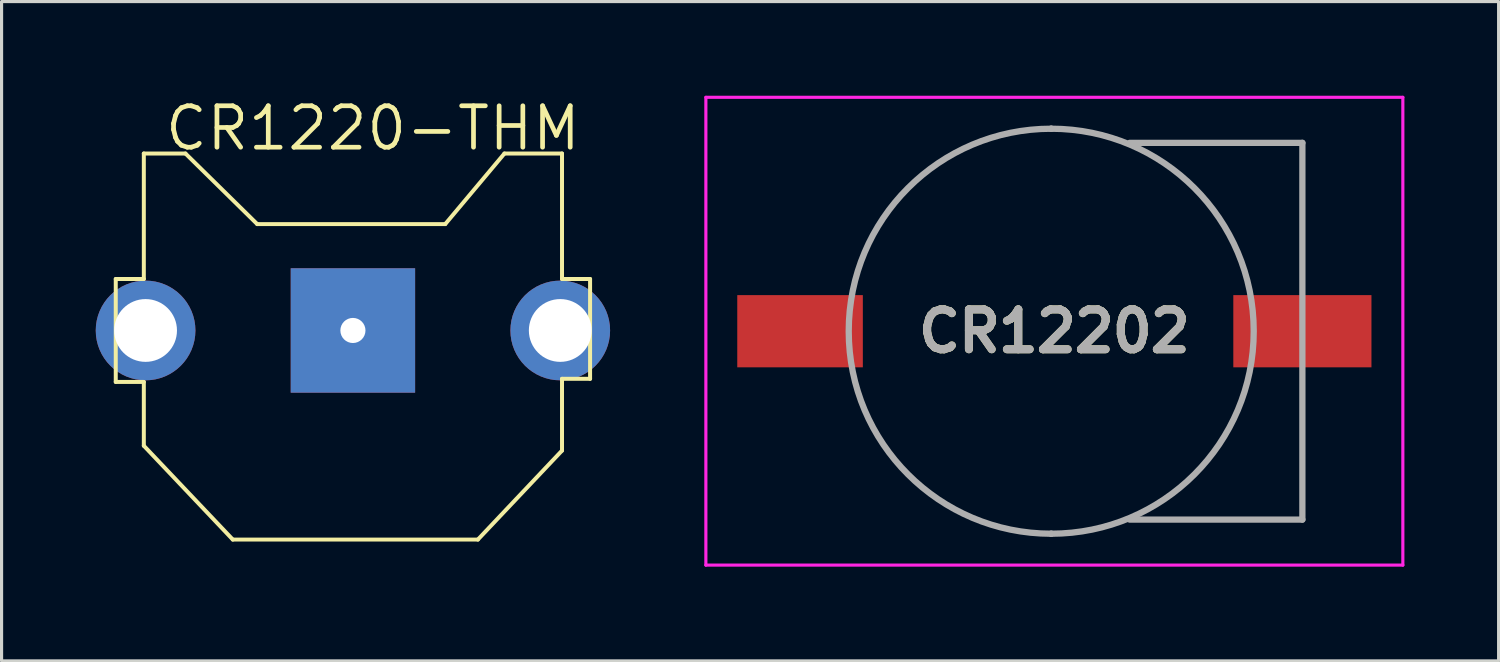
<source format=kicad_pcb>
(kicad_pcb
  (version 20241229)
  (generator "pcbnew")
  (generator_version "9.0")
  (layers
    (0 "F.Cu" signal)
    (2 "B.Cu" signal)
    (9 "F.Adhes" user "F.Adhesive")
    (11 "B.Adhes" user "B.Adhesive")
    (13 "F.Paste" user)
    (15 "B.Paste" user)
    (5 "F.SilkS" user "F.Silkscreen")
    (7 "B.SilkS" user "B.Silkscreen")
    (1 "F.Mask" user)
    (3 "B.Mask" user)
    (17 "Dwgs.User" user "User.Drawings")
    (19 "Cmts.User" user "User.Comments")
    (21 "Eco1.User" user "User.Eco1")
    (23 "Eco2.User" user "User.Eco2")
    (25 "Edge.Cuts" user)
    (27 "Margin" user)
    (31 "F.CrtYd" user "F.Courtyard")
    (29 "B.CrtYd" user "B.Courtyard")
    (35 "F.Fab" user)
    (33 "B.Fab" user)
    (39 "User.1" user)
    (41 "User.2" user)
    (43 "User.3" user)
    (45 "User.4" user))
  (footprint "CR12202"
    (layer "F.Cu")
    (at 30.433 7.5)
    (property "Reference" "CR12202" (at 0.1 0 0) (layer "F.SilkS") (effects (font (size 1.27 1.27) (thickness 0.254))))
    (attr through_hole)
    (fp_line (start 3.5 6) (end 8 6) (stroke (width 0.1) (type solid)) (layer "F.SilkS"))
    (fp_line (start 3.9 -6) (end 8 -6) (stroke (width 0.1) (type solid)) (layer "F.SilkS"))
    (fp_line (start 8 -6) (end 8 -2) (stroke (width 0.1) (type solid)) (layer "F.SilkS"))
    (fp_line (start 8 6) (end 8 2) (stroke (width 0.1) (type solid)) (layer "F.SilkS"))
    (fp_line (start -11 -7.45) (end 11.2 -7.45) (stroke (width 0.1) (type solid)) (layer "F.CrtYd"))
    (fp_line (start -11 7.45) (end -11 -7.45) (stroke (width 0.1) (type solid)) (layer "F.CrtYd"))
    (fp_line (start 11.2 -7.45) (end 11.2 7.45) (stroke (width 0.1) (type solid)) (layer "F.CrtYd"))
    (fp_line (start 11.2 7.45) (end -11 7.45) (stroke (width 0.1) (type solid)) (layer "F.CrtYd"))
    (fp_line (start 0 -6.45) (end 0 -6.45) (stroke (width 0.2) (type solid)) (layer "F.Fab"))
    (fp_line (start 0 6.45) (end 0 6.45) (stroke (width 0.2) (type solid)) (layer "F.Fab"))
    (fp_line (start 2.5 6) (end 8 6) (stroke (width 0.2) (type solid)) (layer "F.Fab"))
    (fp_line (start 8 -6) (end 2.5 -6) (stroke (width 0.2) (type solid)) (layer "F.Fab"))
    (fp_line (start 8 6) (end 8 -6) (stroke (width 0.2) (type solid)) (layer "F.Fab"))
    (fp_arc (start 0 -6.45) (mid 6.45 0) (end 0 6.45) (stroke (width 0.2) (type solid)) (layer "F.Fab"))
    (fp_arc (start 0 6.45) (mid -6.45 0) (end 0 -6.45) (stroke (width 0.2) (type solid)) (layer "F.Fab"))
    (fp_text user "${REFERENCE}" (at 0.1 0 0) (layer "F.Fab") (effects (font (size 1.27 1.27) (thickness 0.254))))
    (pad "" np_thru_hole circle (at -3.6 0) (size 0.001 0.001) (drill 1.2) (layers "*.Cu" "*.Mask"))
    (pad "" np_thru_hole circle (at 3.9 0) (size 0.001 0.001) (drill 1.2) (layers "*.Cu" "*.Mask"))
    (pad "1" smd rect (at -8 0 90) (size 2.3 4) (layers "F.Cu" "F.Mask" "F.Paste"))
    (pad "2" smd rect (at 8 0 90) (size 2.3 4.4) (layers "F.Cu" "F.Mask" "F.Paste")))
  (footprint "CR1220-THM"
    (layer "F.Cu")
    (at 8.191 7.476)
    (property "Reference" "CR1220-THM" (at 0.635 -6.44 0) (layer "F.SilkS") (effects (font (size 1.32 1.32) (thickness 0.15))))
    (attr through_hole)
    (fp_line (start -7.554 -1.64) (end -7.554 1.64) (stroke (width 0.127) (type solid)) (layer "F.SilkS"))
    (fp_line (start -7.554 1.64) (end -6.66 1.64) (stroke (width 0.127) (type solid)) (layer "F.SilkS"))
    (fp_line (start -6.66 -5.636) (end -6.66 -1.64) (stroke (width 0.127) (type solid)) (layer "F.SilkS"))
    (fp_line (start -6.66 -1.64) (end -7.554 -1.64) (stroke (width 0.127) (type solid)) (layer "F.SilkS"))
    (fp_line (start -6.66 1.64) (end -6.66 3.672) (stroke (width 0.127) (type solid)) (layer "F.SilkS"))
    (fp_line (start -6.66 3.672) (end -3.826 6.66) (stroke (width 0.127) (type solid)) (layer "F.SilkS"))
    (fp_line (start -5.334 -5.636) (end -6.66 -5.636) (stroke (width 0.127) (type solid)) (layer "F.SilkS"))
    (fp_line (start -3.826 6.66) (end 3.98 6.66) (stroke (width 0.127) (type solid)) (layer "F.SilkS"))
    (fp_line (start -3.048 -3.388) (end -5.334 -5.636) (stroke (width 0.127) (type solid)) (layer "F.SilkS"))
    (fp_line (start 2.94 -3.388) (end -3.048 -3.388) (stroke (width 0.127) (type solid)) (layer "F.SilkS"))
    (fp_line (start 3.98 6.66) (end 6.66 3.826) (stroke (width 0.127) (type solid)) (layer "F.SilkS"))
    (fp_line (start 4.826 -5.636) (end 2.94 -3.388) (stroke (width 0.127) (type solid)) (layer "F.SilkS"))
    (fp_line (start 6.66 -5.636) (end 4.826 -5.636) (stroke (width 0.127) (type solid)) (layer "F.SilkS"))
    (fp_line (start 6.66 -1.64) (end 6.66 -5.636) (stroke (width 0.127) (type solid)) (layer "F.SilkS"))
    (fp_line (start 6.66 1.54) (end 7.554 1.54) (stroke (width 0.127) (type solid)) (layer "F.SilkS"))
    (fp_line (start 6.66 3.826) (end 6.66 1.54) (stroke (width 0.127) (type solid)) (layer "F.SilkS"))
    (fp_line (start 7.554 -1.64) (end 6.66 -1.64) (stroke (width 0.127) (type solid)) (layer "F.SilkS"))
    (fp_line (start 7.554 1.54) (end 7.554 -1.64) (stroke (width 0.127) (type solid)) (layer "F.SilkS"))
    (pad "+1" thru_hole circle (at -6.604 0) (size 3.175 3.175) (drill 2) (layers "*.Cu" "*.Mask"))
    (pad "+2" thru_hole circle (at 6.604 0) (size 3.175 3.175) (drill 2) (layers "*.Cu" "*.Mask"))
    (pad "-" thru_hole rect (at 0 0) (size 3.962 3.962) (drill 0.8) (layers "*.Cu" "*.Mask")))
  (gr_rect
    (start -3 -3)
    (end 44.683 18)
    (stroke (width 0.1) (type default))
    (fill no)
    (layer "Edge.Cuts")))
</source>
